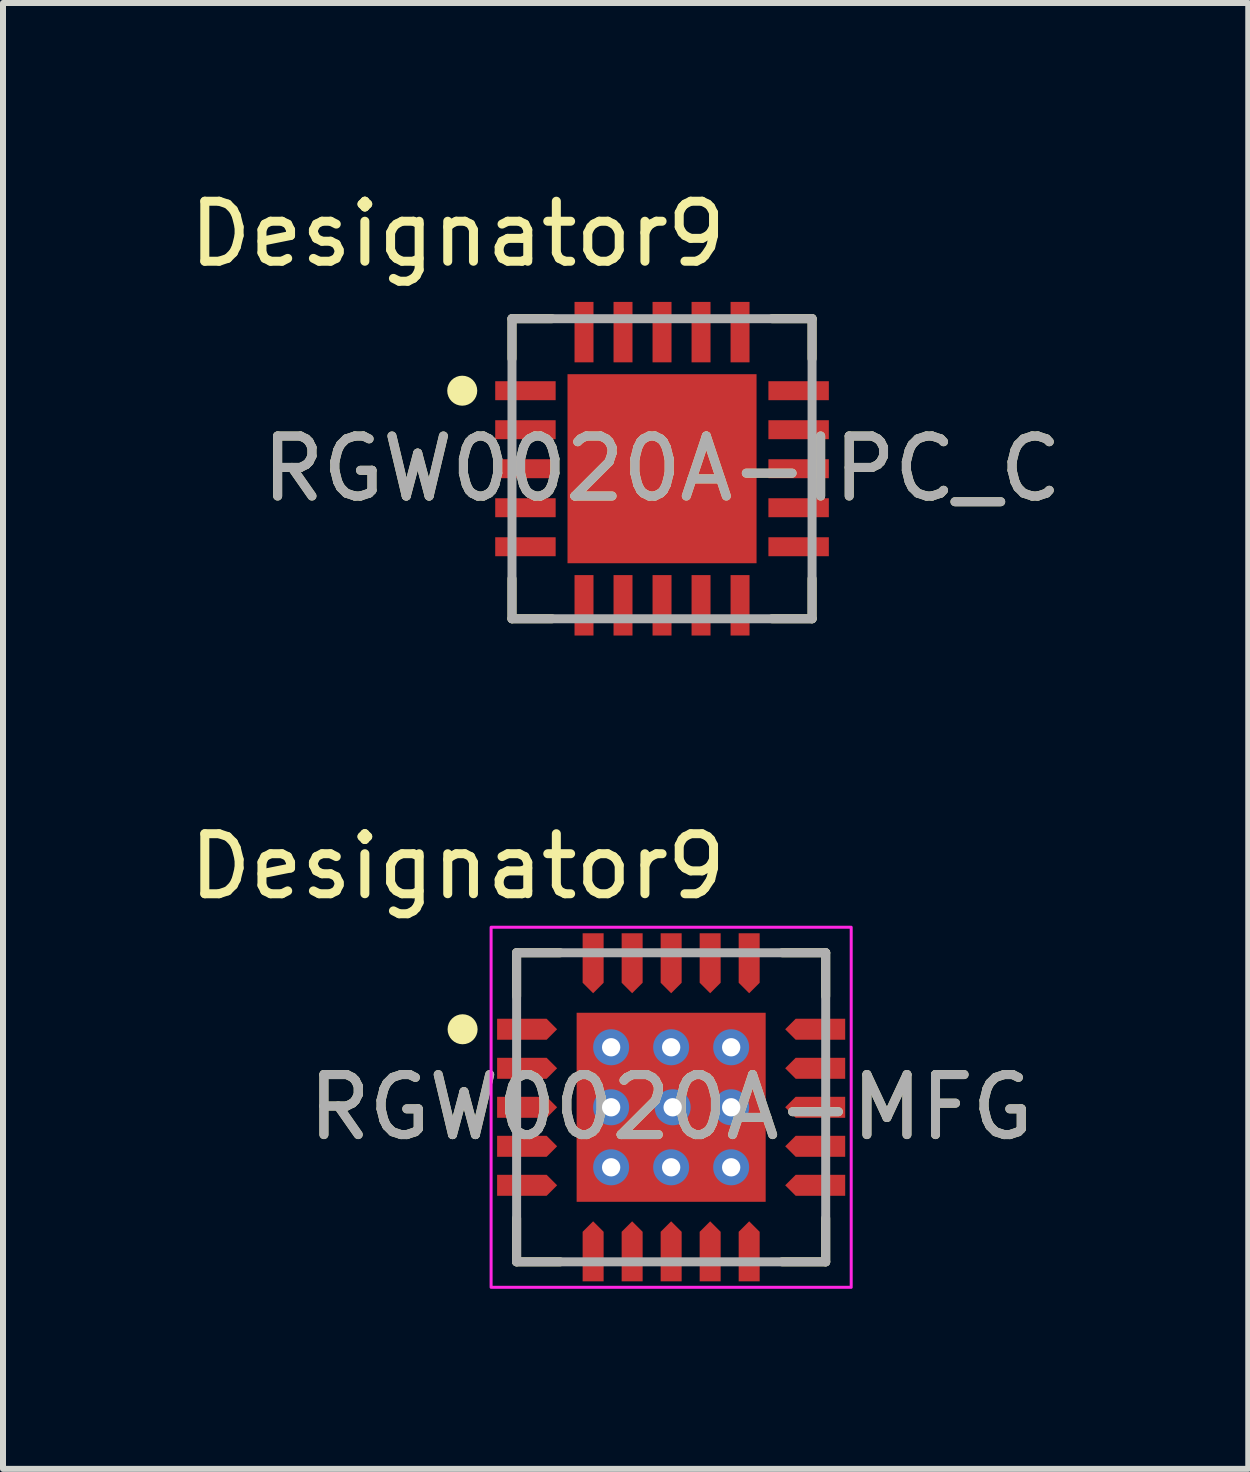
<source format=kicad_pcb>
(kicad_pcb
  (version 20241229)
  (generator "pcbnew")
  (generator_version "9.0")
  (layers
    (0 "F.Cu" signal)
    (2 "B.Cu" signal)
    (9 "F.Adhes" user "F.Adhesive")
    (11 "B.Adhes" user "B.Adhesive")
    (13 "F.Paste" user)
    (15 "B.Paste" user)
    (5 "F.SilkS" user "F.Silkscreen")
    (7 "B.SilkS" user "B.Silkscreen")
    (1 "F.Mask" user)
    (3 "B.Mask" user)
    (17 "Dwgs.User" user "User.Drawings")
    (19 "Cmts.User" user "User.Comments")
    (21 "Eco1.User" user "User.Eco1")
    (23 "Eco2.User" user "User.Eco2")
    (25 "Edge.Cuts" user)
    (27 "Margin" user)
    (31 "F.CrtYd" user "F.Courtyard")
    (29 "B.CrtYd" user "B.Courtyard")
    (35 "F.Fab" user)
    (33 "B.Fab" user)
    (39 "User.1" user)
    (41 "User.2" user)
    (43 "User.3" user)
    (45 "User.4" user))
  (footprint "RGW0020A-IPC_C"
    (layer "F.Cu")
    (at 7.981 4.76)
    (property "Reference" "RGW0020A-IPC_C" (at 0 0 0) (unlocked yes) (layer "F.SilkS") (effects (font (size 1 1) (thickness 0.15))))
    (attr smd)
    (fp_line (start -2.5 -2.5) (end -1.833 -2.5) (stroke (width 0.15) (type solid)) (layer "F.SilkS"))
    (fp_line (start -2.5 -1.833) (end -2.5 -2.5) (stroke (width 0.15) (type solid)) (layer "F.SilkS"))
    (fp_line (start -2.5 2.5) (end -2.5 1.833) (stroke (width 0.15) (type solid)) (layer "F.SilkS"))
    (fp_line (start -2.5 2.5) (end -1.833 2.5) (stroke (width 0.15) (type solid)) (layer "F.SilkS"))
    (fp_line (start 1.833 -2.5) (end 2.5 -2.5) (stroke (width 0.15) (type solid)) (layer "F.SilkS"))
    (fp_line (start 1.833 2.5) (end 2.5 2.5) (stroke (width 0.15) (type solid)) (layer "F.SilkS"))
    (fp_line (start 2.5 -1.833) (end 2.5 -2.5) (stroke (width 0.15) (type solid)) (layer "F.SilkS"))
    (fp_line (start 2.5 2.5) (end 2.5 1.833) (stroke (width 0.15) (type solid)) (layer "F.SilkS"))
    (fp_circle (center -3.329 -1.3) (end -3.204 -1.3) (stroke (width 0.25) (type solid)) (fill no) (layer "F.SilkS"))
    (fp_poly (pts (xy -0.996 0.996) (xy 0.996 0.996) (xy 0.996 -0.996) (xy -0.996 -0.996)) (stroke (width 0) (type solid)) (fill yes) (layer "F.Paste"))
    (fp_line (start -2.5 -2.5) (end 2.5 -2.5) (stroke (width 0.15) (type solid)) (layer "F.Fab"))
    (fp_line (start -2.5 2.5) (end -2.5 -2.5) (stroke (width 0.15) (type solid)) (layer "F.Fab"))
    (fp_line (start -2.5 2.5) (end 2.5 2.5) (stroke (width 0.15) (type solid)) (layer "F.Fab"))
    (fp_line (start 2.5 2.5) (end 2.5 -2.5) (stroke (width 0.15) (type solid)) (layer "F.Fab"))
    (fp_text user "Designator9" (at -3.404 -3.912 0) (unlocked yes) (layer "F.SilkS") (effects (font (size 1 1) (thickness 0.15))))
    (fp_text user "${REFERENCE}" (at 0 0 0) (unlocked yes) (layer "F.Fab") (effects (font (size 1 1) (thickness 0.15))))
    (pad "1" smd rect (at -2.276 -1.3 90) (size 0.316 1.007) (layers "F.Cu" "F.Mask" "F.Paste"))
    (pad "2" smd rect (at -2.276 -0.65 90) (size 0.316 1.007) (layers "F.Cu" "F.Mask" "F.Paste"))
    (pad "3" smd rect (at -2.276 0 90) (size 0.316 1.007) (layers "F.Cu" "F.Mask" "F.Paste"))
    (pad "4" smd rect (at -2.276 0.65 90) (size 0.316 1.007) (layers "F.Cu" "F.Mask" "F.Paste"))
    (pad "5" smd rect (at -2.276 1.3 90) (size 0.316 1.007) (layers "F.Cu" "F.Mask" "F.Paste"))
    (pad "6" smd rect (at -1.3 2.276) (size 0.316 1.007) (layers "F.Cu" "F.Mask" "F.Paste"))
    (pad "7" smd rect (at -0.65 2.276) (size 0.316 1.007) (layers "F.Cu" "F.Mask" "F.Paste"))
    (pad "8" smd rect (at 0 2.276) (size 0.316 1.007) (layers "F.Cu" "F.Mask" "F.Paste"))
    (pad "9" smd rect (at 0.65 2.276) (size 0.316 1.007) (layers "F.Cu" "F.Mask" "F.Paste"))
    (pad "10" smd rect (at 1.3 2.276) (size 0.316 1.007) (layers "F.Cu" "F.Mask" "F.Paste"))
    (pad "11" smd rect (at 2.276 1.3 90) (size 0.316 1.007) (layers "F.Cu" "F.Mask" "F.Paste"))
    (pad "12" smd rect (at 2.276 0.65 90) (size 0.316 1.007) (layers "F.Cu" "F.Mask" "F.Paste"))
    (pad "13" smd rect (at 2.276 0 90) (size 0.316 1.007) (layers "F.Cu" "F.Mask" "F.Paste"))
    (pad "14" smd rect (at 2.276 -0.65 90) (size 0.316 1.007) (layers "F.Cu" "F.Mask" "F.Paste"))
    (pad "15" smd rect (at 2.276 -1.3 90) (size 0.316 1.007) (layers "F.Cu" "F.Mask" "F.Paste"))
    (pad "16" smd rect (at 1.3 -2.276) (size 0.316 1.007) (layers "F.Cu" "F.Mask" "F.Paste"))
    (pad "17" smd rect (at 0.65 -2.276) (size 0.316 1.007) (layers "F.Cu" "F.Mask" "F.Paste"))
    (pad "18" smd rect (at 0 -2.276) (size 0.316 1.007) (layers "F.Cu" "F.Mask" "F.Paste"))
    (pad "19" smd rect (at -0.65 -2.276) (size 0.316 1.007) (layers "F.Cu" "F.Mask" "F.Paste"))
    (pad "20" smd rect (at -1.3 -2.276) (size 0.316 1.007) (layers "F.Cu" "F.Mask" "F.Paste"))
    (pad "21" smd rect (at 0 0) (size 3.15 3.15) (layers "F.Cu" "F.Mask")))
  (footprint "RGW0020A-MFG"
    (layer "F.Cu")
    (at 8.133 15.4)
    (property "Reference" "RGW0020A-MFG" (at 0 0 0) (unlocked yes) (layer "F.SilkS") (effects (font (size 1 1) (thickness 0.15))))
    (attr smd)
    (fp_poly (pts (xy -2.9 -1.475) (xy -2.075 -1.475) (xy -1.9 -1.3) (xy -2.075 -1.125) (xy -2.9 -1.125)) (stroke (width 0) (type solid)) (fill yes) (layer "F.Cu"))
    (fp_poly (pts (xy -2.9 -0.825) (xy -2.075 -0.825) (xy -1.9 -0.65) (xy -2.075 -0.475) (xy -2.9 -0.475)) (stroke (width 0) (type solid)) (fill yes) (layer "F.Cu"))
    (fp_poly (pts (xy -2.9 -0.175) (xy -2.075 -0.175) (xy -1.9 0) (xy -2.075 0.175) (xy -2.9 0.175)) (stroke (width 0) (type solid)) (fill yes) (layer "F.Cu"))
    (fp_poly (pts (xy -2.9 0.475) (xy -2.075 0.475) (xy -1.9 0.65) (xy -2.075 0.825) (xy -2.9 0.825)) (stroke (width 0) (type solid)) (fill yes) (layer "F.Cu"))
    (fp_poly (pts (xy -2.9 1.125) (xy -2.075 1.125) (xy -1.9 1.3) (xy -2.075 1.475) (xy -2.9 1.475)) (stroke (width 0) (type solid)) (fill yes) (layer "F.Cu"))
    (fp_poly (pts (xy -1.475 2.9) (xy -1.475 2.075) (xy -1.3 1.9) (xy -1.125 2.075) (xy -1.125 2.9)) (stroke (width 0) (type solid)) (fill yes) (layer "F.Cu"))
    (fp_poly (pts (xy -1.125 -2.9) (xy -1.125 -2.075) (xy -1.3 -1.9) (xy -1.475 -2.075) (xy -1.475 -2.9)) (stroke (width 0) (type solid)) (fill yes) (layer "F.Cu"))
    (fp_poly (pts (xy -0.825 2.9) (xy -0.825 2.075) (xy -0.65 1.9) (xy -0.475 2.075) (xy -0.475 2.9)) (stroke (width 0) (type solid)) (fill yes) (layer "F.Cu"))
    (fp_poly (pts (xy -0.475 -2.9) (xy -0.475 -2.075) (xy -0.65 -1.9) (xy -0.825 -2.075) (xy -0.825 -2.9)) (stroke (width 0) (type solid)) (fill yes) (layer "F.Cu"))
    (fp_poly (pts (xy -0.175 2.9) (xy -0.175 2.075) (xy 0 1.9) (xy 0.175 2.075) (xy 0.175 2.9)) (stroke (width 0) (type solid)) (fill yes) (layer "F.Cu"))
    (fp_poly (pts (xy 0.175 -2.9) (xy 0.175 -2.075) (xy 0 -1.9) (xy -0.175 -2.075) (xy -0.175 -2.9)) (stroke (width 0) (type solid)) (fill yes) (layer "F.Cu"))
    (fp_poly (pts (xy 0.475 2.9) (xy 0.475 2.075) (xy 0.65 1.9) (xy 0.825 2.075) (xy 0.825 2.9)) (stroke (width 0) (type solid)) (fill yes) (layer "F.Cu"))
    (fp_poly (pts (xy 0.825 -2.9) (xy 0.825 -2.075) (xy 0.65 -1.9) (xy 0.475 -2.075) (xy 0.475 -2.9)) (stroke (width 0) (type solid)) (fill yes) (layer "F.Cu"))
    (fp_poly (pts (xy 1.125 2.9) (xy 1.125 2.075) (xy 1.3 1.9) (xy 1.475 2.075) (xy 1.475 2.9)) (stroke (width 0) (type solid)) (fill yes) (layer "F.Cu"))
    (fp_poly (pts (xy 1.475 -2.9) (xy 1.475 -2.075) (xy 1.3 -1.9) (xy 1.125 -2.075) (xy 1.125 -2.9)) (stroke (width 0) (type solid)) (fill yes) (layer "F.Cu"))
    (fp_poly (pts (xy 2.9 -1.125) (xy 2.075 -1.125) (xy 1.9 -1.3) (xy 2.075 -1.475) (xy 2.9 -1.475)) (stroke (width 0) (type solid)) (fill yes) (layer "F.Cu"))
    (fp_poly (pts (xy 2.9 -0.475) (xy 2.075 -0.475) (xy 1.9 -0.65) (xy 2.075 -0.825) (xy 2.9 -0.825)) (stroke (width 0) (type solid)) (fill yes) (layer "F.Cu"))
    (fp_poly (pts (xy 2.9 0.175) (xy 2.075 0.175) (xy 1.9 0) (xy 2.075 -0.175) (xy 2.9 -0.175)) (stroke (width 0) (type solid)) (fill yes) (layer "F.Cu"))
    (fp_poly (pts (xy 2.9 0.825) (xy 2.075 0.825) (xy 1.9 0.65) (xy 2.075 0.475) (xy 2.9 0.475)) (stroke (width 0) (type solid)) (fill yes) (layer "F.Cu"))
    (fp_poly (pts (xy 2.9 1.475) (xy 2.075 1.475) (xy 1.9 1.3) (xy 2.075 1.125) (xy 2.9 1.125)) (stroke (width 0) (type solid)) (fill yes) (layer "F.Cu"))
    (fp_poly (pts (xy -2.9 -1.475) (xy -2.075 -1.475) (xy -1.9 -1.3) (xy -2.075 -1.125) (xy -2.9 -1.125)) (stroke (width 0) (type solid)) (fill yes) (layer "F.Mask"))
    (fp_poly (pts (xy -2.9 -0.825) (xy -2.075 -0.825) (xy -1.9 -0.65) (xy -2.075 -0.475) (xy -2.9 -0.475)) (stroke (width 0) (type solid)) (fill yes) (layer "F.Mask"))
    (fp_poly (pts (xy -2.9 -0.175) (xy -2.075 -0.175) (xy -1.9 0) (xy -2.075 0.175) (xy -2.9 0.175)) (stroke (width 0) (type solid)) (fill yes) (layer "F.Mask"))
    (fp_poly (pts (xy -2.9 0.475) (xy -2.075 0.475) (xy -1.9 0.65) (xy -2.075 0.825) (xy -2.9 0.825)) (stroke (width 0) (type solid)) (fill yes) (layer "F.Mask"))
    (fp_poly (pts (xy -2.9 1.125) (xy -2.075 1.125) (xy -1.9 1.3) (xy -2.075 1.475) (xy -2.9 1.475)) (stroke (width 0) (type solid)) (fill yes) (layer "F.Mask"))
    (fp_poly (pts (xy -1.475 2.9) (xy -1.475 2.075) (xy -1.3 1.9) (xy -1.125 2.075) (xy -1.125 2.9)) (stroke (width 0) (type solid)) (fill yes) (layer "F.Mask"))
    (fp_poly (pts (xy -1.125 -2.9) (xy -1.125 -2.075) (xy -1.3 -1.9) (xy -1.475 -2.075) (xy -1.475 -2.9)) (stroke (width 0) (type solid)) (fill yes) (layer "F.Mask"))
    (fp_poly (pts (xy -0.825 2.9) (xy -0.825 2.075) (xy -0.65 1.9) (xy -0.475 2.075) (xy -0.475 2.9)) (stroke (width 0) (type solid)) (fill yes) (layer "F.Mask"))
    (fp_poly (pts (xy -0.475 -2.9) (xy -0.475 -2.075) (xy -0.65 -1.9) (xy -0.825 -2.075) (xy -0.825 -2.9)) (stroke (width 0) (type solid)) (fill yes) (layer "F.Mask"))
    (fp_poly (pts (xy -0.175 2.9) (xy -0.175 2.075) (xy 0 1.9) (xy 0.175 2.075) (xy 0.175 2.9)) (stroke (width 0) (type solid)) (fill yes) (layer "F.Mask"))
    (fp_poly (pts (xy 0.175 -2.9) (xy 0.175 -2.075) (xy 0 -1.9) (xy -0.175 -2.075) (xy -0.175 -2.9)) (stroke (width 0) (type solid)) (fill yes) (layer "F.Mask"))
    (fp_poly (pts (xy 0.475 2.9) (xy 0.475 2.075) (xy 0.65 1.9) (xy 0.825 2.075) (xy 0.825 2.9)) (stroke (width 0) (type solid)) (fill yes) (layer "F.Mask"))
    (fp_poly (pts (xy 0.825 -2.9) (xy 0.825 -2.075) (xy 0.65 -1.9) (xy 0.475 -2.075) (xy 0.475 -2.9)) (stroke (width 0) (type solid)) (fill yes) (layer "F.Mask"))
    (fp_poly (pts (xy 1.125 2.9) (xy 1.125 2.075) (xy 1.3 1.9) (xy 1.475 2.075) (xy 1.475 2.9)) (stroke (width 0) (type solid)) (fill yes) (layer "F.Mask"))
    (fp_poly (pts (xy 1.475 -2.9) (xy 1.475 -2.075) (xy 1.3 -1.9) (xy 1.125 -2.075) (xy 1.125 -2.9)) (stroke (width 0) (type solid)) (fill yes) (layer "F.Mask"))
    (fp_poly (pts (xy 2.9 -1.125) (xy 2.075 -1.125) (xy 1.9 -1.3) (xy 2.075 -1.475) (xy 2.9 -1.475)) (stroke (width 0) (type solid)) (fill yes) (layer "F.Mask"))
    (fp_poly (pts (xy 2.9 -0.475) (xy 2.075 -0.475) (xy 1.9 -0.65) (xy 2.075 -0.825) (xy 2.9 -0.825)) (stroke (width 0) (type solid)) (fill yes) (layer "F.Mask"))
    (fp_poly (pts (xy 2.9 0.175) (xy 2.075 0.175) (xy 1.9 0) (xy 2.075 -0.175) (xy 2.9 -0.175)) (stroke (width 0) (type solid)) (fill yes) (layer "F.Mask"))
    (fp_poly (pts (xy 2.9 0.825) (xy 2.075 0.825) (xy 1.9 0.65) (xy 2.075 0.475) (xy 2.9 0.475)) (stroke (width 0) (type solid)) (fill yes) (layer "F.Mask"))
    (fp_poly (pts (xy 2.9 1.475) (xy 2.075 1.475) (xy 1.9 1.3) (xy 2.075 1.125) (xy 2.9 1.125)) (stroke (width 0) (type solid)) (fill yes) (layer "F.Mask"))
    (fp_line (start -2.575 -2.575) (end -1.85 -2.575) (stroke (width 0.15) (type solid)) (layer "F.SilkS"))
    (fp_line (start -2.575 -1.85) (end -2.575 -2.575) (stroke (width 0.15) (type solid)) (layer "F.SilkS"))
    (fp_line (start -2.575 2.575) (end -2.575 1.85) (stroke (width 0.15) (type solid)) (layer "F.SilkS"))
    (fp_line (start -2.575 2.575) (end -1.85 2.575) (stroke (width 0.15) (type solid)) (layer "F.SilkS"))
    (fp_line (start 1.85 -2.575) (end 2.575 -2.575) (stroke (width 0.15) (type solid)) (layer "F.SilkS"))
    (fp_line (start 1.85 2.575) (end 2.575 2.575) (stroke (width 0.15) (type solid)) (layer "F.SilkS"))
    (fp_line (start 2.575 -1.85) (end 2.575 -2.575) (stroke (width 0.15) (type solid)) (layer "F.SilkS"))
    (fp_line (start 2.575 2.575) (end 2.575 1.85) (stroke (width 0.15) (type solid)) (layer "F.SilkS"))
    (fp_circle (center -3.475 -1.3) (end -3.35 -1.3) (stroke (width 0.25) (type solid)) (fill no) (layer "F.SilkS"))
    (fp_poly (pts (xy -2.875 -1.45) (xy -2.075 -1.45) (xy -1.925 -1.3) (xy -2.075 -1.15) (xy -2.875 -1.15)) (stroke (width 0) (type solid)) (fill yes) (layer "F.Paste"))
    (fp_poly (pts (xy -2.875 -0.8) (xy -2.075 -0.8) (xy -1.925 -0.65) (xy -2.075 -0.5) (xy -2.875 -0.5)) (stroke (width 0) (type solid)) (fill yes) (layer "F.Paste"))
    (fp_poly (pts (xy -2.875 -0.15) (xy -2.075 -0.15) (xy -1.925 0) (xy -2.075 0.15) (xy -2.875 0.15)) (stroke (width 0) (type solid)) (fill yes) (layer "F.Paste"))
    (fp_poly (pts (xy -2.875 0.5) (xy -2.075 0.5) (xy -1.925 0.65) (xy -2.075 0.8) (xy -2.875 0.8)) (stroke (width 0) (type solid)) (fill yes) (layer "F.Paste"))
    (fp_poly (pts (xy -2.875 1.15) (xy -2.075 1.15) (xy -1.925 1.3) (xy -2.075 1.45) (xy -2.875 1.45)) (stroke (width 0) (type solid)) (fill yes) (layer "F.Paste"))
    (fp_poly (pts (xy -1.45 2.875) (xy -1.45 2.075) (xy -1.3 1.925) (xy -1.15 2.075) (xy -1.15 2.875)) (stroke (width 0) (type solid)) (fill yes) (layer "F.Paste"))
    (fp_poly (pts (xy -1.15 -2.875) (xy -1.15 -2.075) (xy -1.3 -1.925) (xy -1.45 -2.075) (xy -1.45 -2.875)) (stroke (width 0) (type solid)) (fill yes) (layer "F.Paste"))
    (fp_poly (pts (xy -0.8 2.875) (xy -0.8 2.075) (xy -0.65 1.925) (xy -0.5 2.075) (xy -0.5 2.875)) (stroke (width 0) (type solid)) (fill yes) (layer "F.Paste"))
    (fp_poly (pts (xy -0.5 -2.875) (xy -0.5 -2.075) (xy -0.65 -1.925) (xy -0.8 -2.075) (xy -0.8 -2.875)) (stroke (width 0) (type solid)) (fill yes) (layer "F.Paste"))
    (fp_poly (pts (xy -0.15 2.875) (xy -0.15 2.075) (xy 0 1.925) (xy 0.15 2.075) (xy 0.15 2.875)) (stroke (width 0) (type solid)) (fill yes) (layer "F.Paste"))
    (fp_poly (pts (xy 0.15 -2.875) (xy 0.15 -2.075) (xy 0 -1.925) (xy -0.15 -2.075) (xy -0.15 -2.875)) (stroke (width 0) (type solid)) (fill yes) (layer "F.Paste"))
    (fp_poly (pts (xy 0.5 2.875) (xy 0.5 2.075) (xy 0.65 1.925) (xy 0.8 2.075) (xy 0.8 2.875)) (stroke (width 0) (type solid)) (fill yes) (layer "F.Paste"))
    (fp_poly (pts (xy 0.8 -2.875) (xy 0.8 -2.075) (xy 0.65 -1.925) (xy 0.5 -2.075) (xy 0.5 -2.875)) (stroke (width 0) (type solid)) (fill yes) (layer "F.Paste"))
    (fp_poly (pts (xy 1.15 2.875) (xy 1.15 2.075) (xy 1.3 1.925) (xy 1.45 2.075) (xy 1.45 2.875)) (stroke (width 0) (type solid)) (fill yes) (layer "F.Paste"))
    (fp_poly (pts (xy 1.45 -2.875) (xy 1.45 -2.075) (xy 1.3 -1.925) (xy 1.15 -2.075) (xy 1.15 -2.875)) (stroke (width 0) (type solid)) (fill yes) (layer "F.Paste"))
    (fp_poly (pts (xy 2.875 -1.15) (xy 2.075 -1.15) (xy 1.925 -1.3) (xy 2.075 -1.45) (xy 2.875 -1.45)) (stroke (width 0) (type solid)) (fill yes) (layer "F.Paste"))
    (fp_poly (pts (xy 2.875 -0.5) (xy 2.075 -0.5) (xy 1.925 -0.65) (xy 2.075 -0.8) (xy 2.875 -0.8)) (stroke (width 0) (type solid)) (fill yes) (layer "F.Paste"))
    (fp_poly (pts (xy 2.875 0.15) (xy 2.075 0.15) (xy 1.925 0) (xy 2.075 -0.15) (xy 2.875 -0.15)) (stroke (width 0) (type solid)) (fill yes) (layer "F.Paste"))
    (fp_poly (pts (xy 2.875 0.8) (xy 2.075 0.8) (xy 1.925 0.65) (xy 2.075 0.5) (xy 2.875 0.5)) (stroke (width 0) (type solid)) (fill yes) (layer "F.Paste"))
    (fp_poly (pts (xy 2.875 1.45) (xy 2.075 1.45) (xy 1.925 1.3) (xy 2.075 1.15) (xy 2.875 1.15)) (stroke (width 0) (type solid)) (fill yes) (layer "F.Paste"))
    (fp_poly (pts (xy -1.45 1.4) (xy -1.45 0.2) (xy -1.4 0.15) (xy -0.2 0.15) (xy -0.15 0.2) (xy -0.15 1.4) (xy -0.2 1.45) (xy -1.4 1.45)) (stroke (width 0) (type solid)) (fill yes) (layer "F.Paste"))
    (fp_poly (pts (xy -0.2 -1.45) (xy -0.15 -1.4) (xy -0.15 -0.2) (xy -0.2 -0.15) (xy -1.4 -0.15) (xy -1.45 -0.2) (xy -1.45 -1.4) (xy -1.4 -1.45)) (stroke (width 0) (type solid)) (fill yes) (layer "F.Paste"))
    (fp_poly (pts (xy 0.15 -0.2) (xy 0.15 -1.4) (xy 0.2 -1.45) (xy 1.4 -1.45) (xy 1.45 -1.4) (xy 1.45 -0.2) (xy 1.4 -0.15) (xy 0.2 -0.15)) (stroke (width 0) (type solid)) (fill yes) (layer "F.Paste"))
    (fp_poly (pts (xy 1.4 0.15) (xy 1.45 0.2) (xy 1.45 1.4) (xy 1.4 1.45) (xy 0.2 1.45) (xy 0.15 1.4) (xy 0.15 0.2) (xy 0.2 0.15)) (stroke (width 0) (type solid)) (fill yes) (layer "F.Paste"))
    (fp_rect (start -3 -3) (end 3 3) (stroke (width 0.05) (type default)) (fill no) (layer "F.CrtYd"))
    (fp_line (start -2.575 -2.575) (end 2.575 -2.575) (stroke (width 0.15) (type solid)) (layer "F.Fab"))
    (fp_line (start -2.575 2.575) (end -2.575 -2.575) (stroke (width 0.15) (type solid)) (layer "F.Fab"))
    (fp_line (start -2.575 2.575) (end 2.575 2.575) (stroke (width 0.15) (type solid)) (layer "F.Fab"))
    (fp_line (start 2.575 2.575) (end 2.575 -2.575) (stroke (width 0.15) (type solid)) (layer "F.Fab"))
    (fp_text user "Designator9" (at -3.556 -4.013 0) (unlocked yes) (layer "F.SilkS") (effects (font (size 1 1) (thickness 0.15))))
    (fp_text user "${REFERENCE}" (at 0 0 0) (unlocked yes) (layer "F.Fab") (effects (font (size 1 1) (thickness 0.15))))
    (pad "1" smd circle (at -2.418 -1.3) (size 0.315 0.315) (layers "F.Cu" "F.Mask"))
    (pad "2" smd circle (at -2.4 -0.65) (size 0.315 0.315) (layers "F.Cu" "F.Mask"))
    (pad "3" smd circle (at -2.418 0) (size 0.315 0.315) (layers "F.Cu" "F.Mask"))
    (pad "4" smd circle (at -2.4 0.65) (size 0.315 0.315) (layers "F.Cu" "F.Mask"))
    (pad "5" smd circle (at -2.4 1.3) (size 0.315 0.315) (layers "F.Cu" "F.Mask"))
    (pad "6" smd circle (at -1.3 2.418) (size 0.315 0.315) (layers "F.Cu" "F.Mask"))
    (pad "7" smd circle (at -0.65 2.4) (size 0.315 0.315) (layers "F.Cu" "F.Mask"))
    (pad "8" smd circle (at 0 2.418) (size 0.315 0.315) (layers "F.Cu" "F.Mask"))
    (pad "9" smd circle (at 0.65 2.4) (size 0.315 0.315) (layers "F.Cu" "F.Mask"))
    (pad "10" smd circle (at 1.3 2.4) (size 0.315 0.315) (layers "F.Cu" "F.Mask"))
    (pad "11" smd circle (at 2.418 1.3) (size 0.315 0.315) (layers "F.Cu" "F.Mask"))
    (pad "12" smd circle (at 2.4 0.65) (size 0.315 0.315) (layers "F.Cu" "F.Mask"))
    (pad "13" smd circle (at 2.418 0) (size 0.315 0.315) (layers "F.Cu" "F.Mask"))
    (pad "14" smd circle (at 2.4 -0.65) (size 0.315 0.315) (layers "F.Cu" "F.Mask"))
    (pad "15" smd circle (at 2.4 -1.3) (size 0.315 0.315) (layers "F.Cu" "F.Mask"))
    (pad "16" smd circle (at 1.3 -2.418) (size 0.315 0.315) (layers "F.Cu" "F.Mask"))
    (pad "17" smd circle (at 0.65 -2.4) (size 0.315 0.315) (layers "F.Cu" "F.Mask"))
    (pad "18" smd circle (at 0 -2.418) (size 0.315 0.315) (layers "F.Cu" "F.Mask"))
    (pad "19" smd circle (at -0.65 -2.4) (size 0.315 0.315) (layers "F.Cu" "F.Mask"))
    (pad "20" smd circle (at -1.3 -2.4) (size 0.315 0.315) (layers "F.Cu" "F.Mask"))
    (pad "21" smd rect (at 0 0) (size 3.15 3.15) (layers "F.Cu" "F.Mask"))
    (pad "22" thru_hole circle (at 1 -1) (size 0.6 0.6) (drill 0.305) (layers "*.Cu" "*.Mask"))
    (pad "23" thru_hole circle (at 0 -1) (size 0.6 0.6) (drill 0.305) (layers "*.Cu" "*.Mask"))
    (pad "24" thru_hole circle (at -1 -1) (size 0.6 0.6) (drill 0.305) (layers "*.Cu" "*.Mask"))
    (pad "25" thru_hole circle (at 1 0) (size 0.6 0.6) (drill 0.305) (layers "*.Cu" "*.Mask"))
    (pad "26" thru_hole circle (at 0.025 0) (size 0.6 0.6) (drill 0.305) (layers "*.Cu" "*.Mask"))
    (pad "27" thru_hole circle (at -1 0) (size 0.6 0.6) (drill 0.305) (layers "*.Cu" "*.Mask"))
    (pad "28" thru_hole circle (at 1 1) (size 0.6 0.6) (drill 0.305) (layers "*.Cu" "*.Mask"))
    (pad "29" thru_hole circle (at 0 1) (size 0.6 0.6) (drill 0.305) (layers "*.Cu" "*.Mask"))
    (pad "30" thru_hole circle (at -1 1) (size 0.6 0.6) (drill 0.305) (layers "*.Cu" "*.Mask")))
  (gr_rect
    (start -3 -3)
    (end 17.749 21.425)
    (stroke (width 0.1) (type default))
    (fill no)
    (layer "Edge.Cuts")))
</source>
